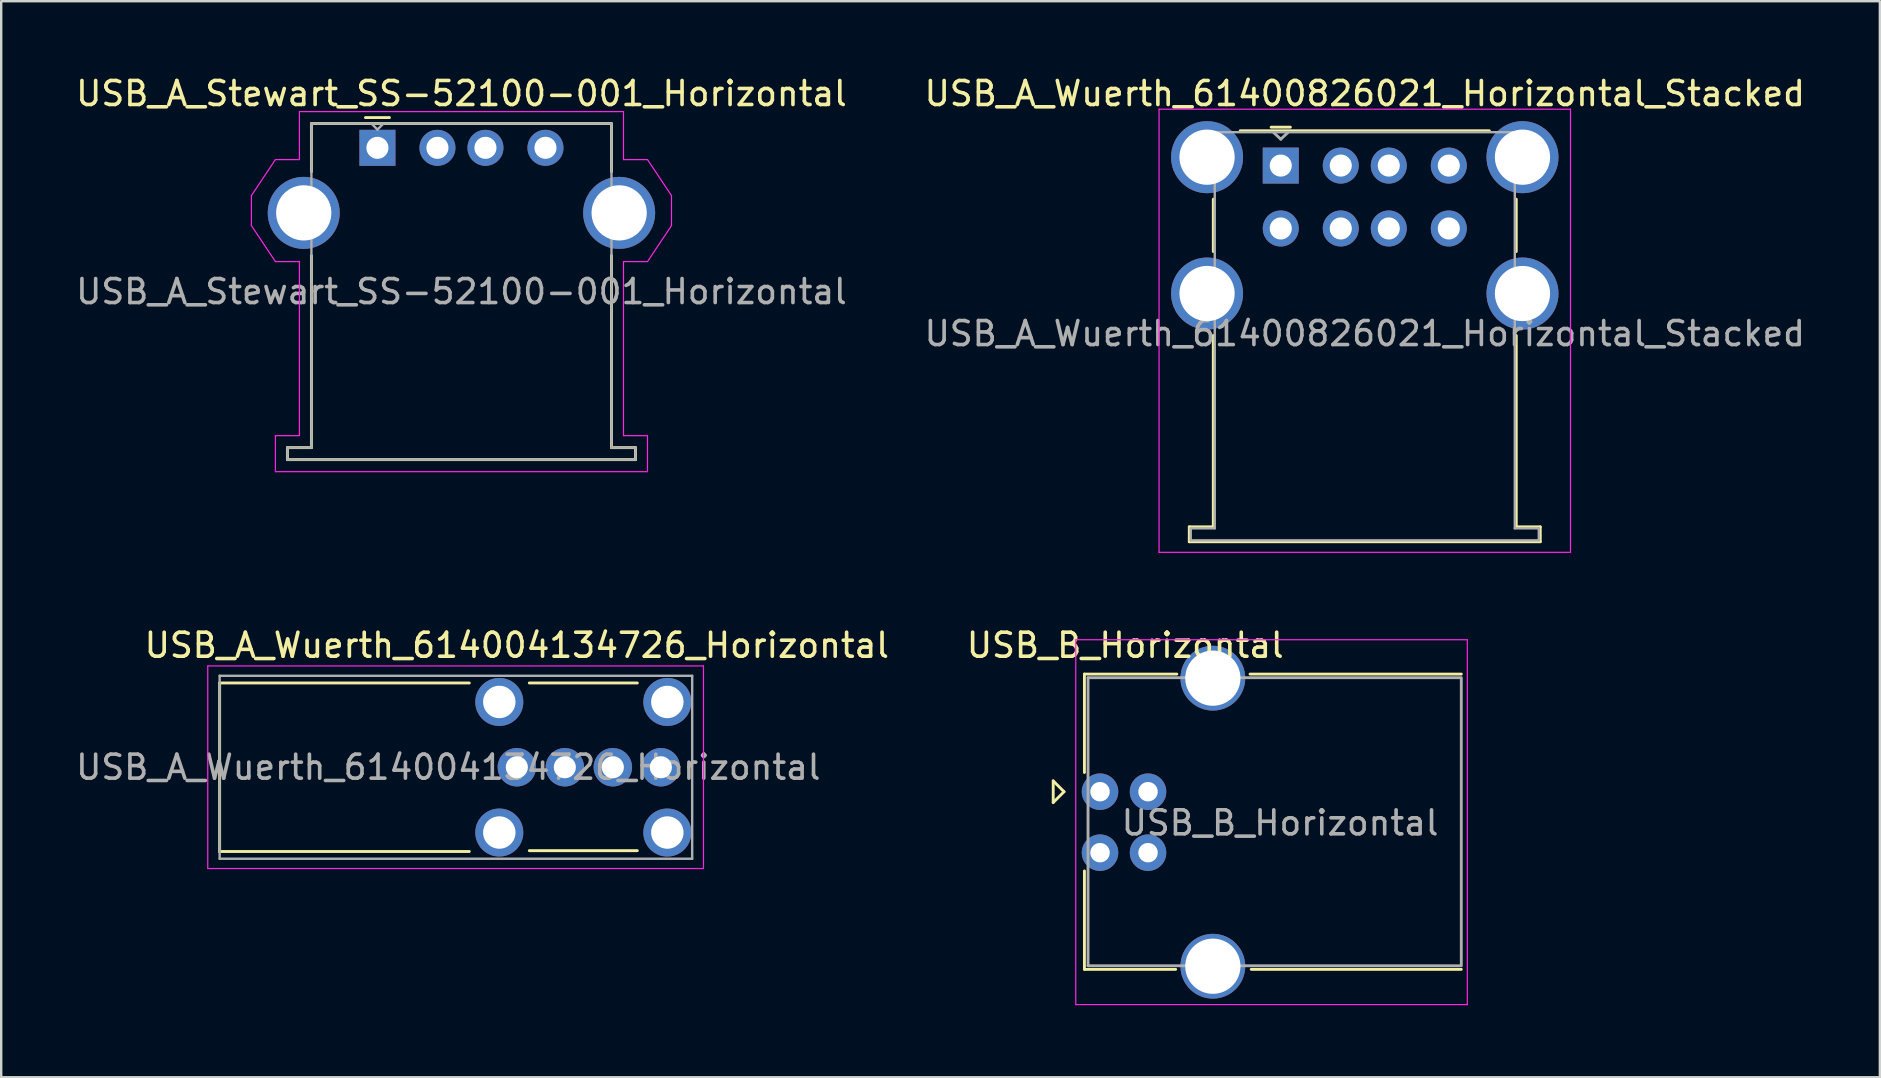
<source format=kicad_pcb>
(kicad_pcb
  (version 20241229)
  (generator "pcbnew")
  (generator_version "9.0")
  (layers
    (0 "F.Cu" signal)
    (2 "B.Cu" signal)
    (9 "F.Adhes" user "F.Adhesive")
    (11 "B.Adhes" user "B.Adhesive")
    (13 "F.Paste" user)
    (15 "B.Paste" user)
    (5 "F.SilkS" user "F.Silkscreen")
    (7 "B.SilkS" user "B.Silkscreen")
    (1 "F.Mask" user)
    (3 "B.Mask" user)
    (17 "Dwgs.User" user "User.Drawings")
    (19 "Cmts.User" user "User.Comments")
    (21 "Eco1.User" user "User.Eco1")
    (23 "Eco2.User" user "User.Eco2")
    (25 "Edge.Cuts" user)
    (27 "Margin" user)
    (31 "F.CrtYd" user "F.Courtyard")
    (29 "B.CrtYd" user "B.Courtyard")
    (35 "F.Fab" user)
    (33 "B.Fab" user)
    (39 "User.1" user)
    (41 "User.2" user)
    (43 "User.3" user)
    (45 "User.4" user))
  (footprint "USB_A_Wuerth_61400826021_Horizontal_Stacked"
    (layer "F.Cu")
    (at 50.304 3.848)
    (property "Reference" "USB_A_Wuerth_61400826021_Horizontal_Stacked" (at 3.5 -3 0) (layer "F.SilkS") (effects (font (size 1 1) (thickness 0.15))))
    (attr through_hole)
    (fp_line (start -3.81 15.05) (end -2.81 15.05) (stroke (width 0.12) (type solid)) (layer "F.SilkS"))
    (fp_line (start -3.81 15.67) (end -3.81 15.05) (stroke (width 0.12) (type solid)) (layer "F.SilkS"))
    (fp_line (start -2.81 3.58) (end -2.81 1.4) (stroke (width 0.12) (type solid)) (layer "F.SilkS"))
    (fp_line (start -2.81 15.05) (end -2.81 7.08) (stroke (width 0.12) (type solid)) (layer "F.SilkS"))
    (fp_line (start -1.69 -1.45) (end 8.69 -1.45) (stroke (width 0.12) (type solid)) (layer "F.SilkS"))
    (fp_line (start 0.4 -1.6) (end -0.4 -1.6) (stroke (width 0.12) (type solid)) (layer "F.SilkS"))
    (fp_line (start 9.81 3.58) (end 9.81 1.4) (stroke (width 0.12) (type solid)) (layer "F.SilkS"))
    (fp_line (start 9.81 7.08) (end 9.81 15.05) (stroke (width 0.12) (type solid)) (layer "F.SilkS"))
    (fp_line (start 9.81 15.05) (end 10.81 15.05) (stroke (width 0.12) (type solid)) (layer "F.SilkS"))
    (fp_line (start 10.81 15.05) (end 10.81 15.67) (stroke (width 0.12) (type solid)) (layer "F.SilkS"))
    (fp_line (start 10.81 15.67) (end -3.81 15.67) (stroke (width 0.12) (type solid)) (layer "F.SilkS"))
    (fp_line (start -5.07 -2.35) (end 12.07 -2.35) (stroke (width 0.05) (type solid)) (layer "F.CrtYd"))
    (fp_line (start -5.07 16.11) (end -5.07 -2.35) (stroke (width 0.05) (type solid)) (layer "F.CrtYd"))
    (fp_line (start -5.07 16.11) (end 12.07 16.11) (stroke (width 0.05) (type solid)) (layer "F.CrtYd"))
    (fp_line (start 12.07 -2.35) (end 12.07 16.11) (stroke (width 0.05) (type solid)) (layer "F.CrtYd"))
    (fp_line (start -3.75 15.11) (end -3.75 15.61) (stroke (width 0.1) (type solid)) (layer "F.Fab"))
    (fp_line (start -2.75 -1.39) (end -2.75 15.11) (stroke (width 0.1) (type solid)) (layer "F.Fab"))
    (fp_line (start -2.75 15.11) (end -3.75 15.11) (stroke (width 0.1) (type solid)) (layer "F.Fab"))
    (fp_line (start 0 -1.1) (end -0.3 -1.38) (stroke (width 0.12) (type solid)) (layer "F.Fab"))
    (fp_line (start 0 -1.1) (end 0.3 -1.38) (stroke (width 0.12) (type solid)) (layer "F.Fab"))
    (fp_line (start 9.75 -1.39) (end -2.75 -1.39) (stroke (width 0.1) (type solid)) (layer "F.Fab"))
    (fp_line (start 9.75 -1.39) (end 9.75 15.11) (stroke (width 0.1) (type solid)) (layer "F.Fab"))
    (fp_line (start 9.75 15.11) (end 10.75 15.11) (stroke (width 0.1) (type solid)) (layer "F.Fab"))
    (fp_line (start 10.75 15.11) (end 10.75 15.61) (stroke (width 0.1) (type solid)) (layer "F.Fab"))
    (fp_line (start 10.75 15.61) (end -3.75 15.61) (stroke (width 0.1) (type solid)) (layer "F.Fab"))
    (fp_text user "${REFERENCE}" (at 3.5 7 0) (layer "F.Fab") (effects (font (size 1 1) (thickness 0.15))))
    (pad "1" thru_hole rect (at 0 0) (size 1.5 1.5) (drill 0.92) (layers "*.Cu" "*.Mask"))
    (pad "2" thru_hole circle (at 2.5 0) (size 1.5 1.5) (drill 0.92) (layers "*.Cu" "*.Mask"))
    (pad "3" thru_hole circle (at 4.5 0) (size 1.5 1.5) (drill 0.92) (layers "*.Cu" "*.Mask"))
    (pad "4" thru_hole circle (at 7 0) (size 1.5 1.5) (drill 0.92) (layers "*.Cu" "*.Mask"))
    (pad "5" thru_hole circle (at 0 2.62) (size 1.5 1.5) (drill 0.92) (layers "*.Cu" "*.Mask"))
    (pad "6" thru_hole circle (at 2.5 2.62) (size 1.5 1.5) (drill 0.92) (layers "*.Cu" "*.Mask"))
    (pad "7" thru_hole circle (at 4.5 2.62) (size 1.5 1.5) (drill 0.92) (layers "*.Cu" "*.Mask"))
    (pad "8" thru_hole circle (at 7 2.62) (size 1.5 1.5) (drill 0.92) (layers "*.Cu" "*.Mask"))
    (pad "9" thru_hole circle (at -3.07 -0.35) (size 3 3) (drill 2.3) (layers "*.Cu" "*.Mask"))
    (pad "9" thru_hole circle (at -3.07 5.33) (size 3 3) (drill 2.3) (layers "*.Cu" "*.Mask"))
    (pad "9" thru_hole circle (at 10.07 -0.35) (size 3 3) (drill 2.3) (layers "*.Cu" "*.Mask"))
    (pad "9" thru_hole circle (at 10.07 5.33) (size 3 3) (drill 2.3) (layers "*.Cu" "*.Mask")))
  (footprint "USB_B_Horizontal"
    (layer "F.Cu")
    (at 42.775 29.931)
    (property "Reference" "USB_B_Horizontal" (at 1.05 -6.1 0) (layer "F.SilkS") (effects (font (size 1 1) (thickness 0.15))))
    (attr through_hole)
    (fp_line (start -1.95 -0.45) (end -1.95 0.45) (stroke (width 0.12) (type solid)) (layer "F.SilkS"))
    (fp_line (start -1.95 0.45) (end -1.5 0) (stroke (width 0.12) (type solid)) (layer "F.SilkS"))
    (fp_line (start -1.5 0) (end -1.95 -0.45) (stroke (width 0.12) (type solid)) (layer "F.SilkS"))
    (fp_line (start -0.65 -4.9) (end 3.2 -4.9) (stroke (width 0.12) (type solid)) (layer "F.SilkS"))
    (fp_line (start -0.65 -0.8) (end -0.65 -4.9) (stroke (width 0.12) (type solid)) (layer "F.SilkS"))
    (fp_line (start -0.65 3.3) (end -0.65 7.4) (stroke (width 0.12) (type solid)) (layer "F.SilkS"))
    (fp_line (start -0.65 7.4) (end 3.15 7.4) (stroke (width 0.12) (type solid)) (layer "F.SilkS"))
    (fp_line (start 6.25 -4.9) (end 15.05 -4.9) (stroke (width 0.12) (type solid)) (layer "F.SilkS"))
    (fp_line (start 6.3 7.4) (end 15.05 7.4) (stroke (width 0.12) (type solid)) (layer "F.SilkS"))
    (fp_line (start -1.01 -6.33) (end -1.01 8.87) (stroke (width 0.05) (type solid)) (layer "F.CrtYd"))
    (fp_line (start -1.01 -6.33) (end 15.3 -6.33) (stroke (width 0.05) (type solid)) (layer "F.CrtYd"))
    (fp_line (start 15.3 8.87) (end -1.01 8.87) (stroke (width 0.05) (type solid)) (layer "F.CrtYd"))
    (fp_line (start 15.3 8.87) (end 15.3 -6.33) (stroke (width 0.05) (type solid)) (layer "F.CrtYd"))
    (fp_line (start -0.5 -4.75) (end -0.5 7.25) (stroke (width 0.12) (type solid)) (layer "F.Fab"))
    (fp_line (start 15 -4.75) (end -0.5 -4.75) (stroke (width 0.12) (type solid)) (layer "F.Fab"))
    (fp_line (start 15 7.25) (end -0.5 7.25) (stroke (width 0.12) (type solid)) (layer "F.Fab"))
    (fp_line (start 15.05 -4.75) (end 15.05 7.25) (stroke (width 0.12) (type solid)) (layer "F.Fab"))
    (fp_text user "${REFERENCE}" (at 7.5 1.3 0) (layer "F.Fab") (effects (font (size 1 1) (thickness 0.15))))
    (pad "1" thru_hole circle (at 0 0 270) (size 1.52 1.52) (drill 0.81) (layers "*.Cu" "*.Mask"))
    (pad "2" thru_hole circle (at 0 2.54 270) (size 1.52 1.52) (drill 0.81) (layers "*.Cu" "*.Mask"))
    (pad "3" thru_hole circle (at 2 2.54 270) (size 1.52 1.52) (drill 0.81) (layers "*.Cu" "*.Mask"))
    (pad "4" thru_hole circle (at 2 0 270) (size 1.52 1.52) (drill 0.81) (layers "*.Cu" "*.Mask"))
    (pad "5" thru_hole circle (at 4.7 -4.73 270) (size 2.7 2.7) (drill 2.3) (layers "*.Cu" "*.Mask"))
    (pad "5" thru_hole circle (at 4.7 7.27 270) (size 2.7 2.7) (drill 2.3) (layers "*.Cu" "*.Mask")))
  (footprint "USB_A_Stewart_SS-52100-001_Horizontal"
    (layer "F.Cu")
    (at 12.673 3.108)
    (property "Reference" "USB_A_Stewart_SS-52100-001_Horizontal" (at 3.5 -2.26 0) (layer "F.SilkS") (effects (font (size 1 1) (thickness 0.15))))
    (attr through_hole)
    (fp_line (start -3.75 12.49) (end -3.75 12.99) (stroke (width 0.12) (type solid)) (layer "F.SilkS"))
    (fp_line (start -3.75 12.99) (end 10.75 12.99) (stroke (width 0.12) (type solid)) (layer "F.SilkS"))
    (fp_line (start -2.75 -1.01) (end -2.75 0.99) (stroke (width 0.12) (type solid)) (layer "F.SilkS"))
    (fp_line (start -2.75 4.49) (end -2.75 12.49) (stroke (width 0.12) (type solid)) (layer "F.SilkS"))
    (fp_line (start -2.75 12.49) (end -3.75 12.49) (stroke (width 0.12) (type solid)) (layer "F.SilkS"))
    (fp_line (start -0.5 -1.26) (end 0.5 -1.26) (stroke (width 0.12) (type solid)) (layer "F.SilkS"))
    (fp_line (start 9.75 -1.01) (end -2.75 -1.01) (stroke (width 0.12) (type solid)) (layer "F.SilkS"))
    (fp_line (start 9.75 0.99) (end 9.75 -1.01) (stroke (width 0.12) (type solid)) (layer "F.SilkS"))
    (fp_line (start 9.75 12.49) (end 9.75 4.49) (stroke (width 0.12) (type solid)) (layer "F.SilkS"))
    (fp_line (start 10.75 12.49) (end 9.75 12.49) (stroke (width 0.12) (type solid)) (layer "F.SilkS"))
    (fp_line (start 10.75 12.99) (end 10.75 12.49) (stroke (width 0.12) (type solid)) (layer "F.SilkS"))
    (fp_line (start -5.25 3.24) (end -5.25 1.99) (stroke (width 0.05) (type solid)) (layer "F.CrtYd"))
    (fp_line (start -5.25 3.24) (end -4.25 4.74) (stroke (width 0.05) (type solid)) (layer "F.CrtYd"))
    (fp_line (start -4.25 0.49) (end -5.25 1.99) (stroke (width 0.05) (type solid)) (layer "F.CrtYd"))
    (fp_line (start -4.25 11.99) (end -4.25 13.49) (stroke (width 0.05) (type solid)) (layer "F.CrtYd"))
    (fp_line (start -4.25 13.49) (end 11.25 13.49) (stroke (width 0.05) (type solid)) (layer "F.CrtYd"))
    (fp_line (start -3.25 0.49) (end -4.25 0.49) (stroke (width 0.05) (type solid)) (layer "F.CrtYd"))
    (fp_line (start -3.25 0.49) (end -3.25 -1.51) (stroke (width 0.05) (type solid)) (layer "F.CrtYd"))
    (fp_line (start -3.25 4.74) (end -4.25 4.74) (stroke (width 0.05) (type solid)) (layer "F.CrtYd"))
    (fp_line (start -3.25 4.74) (end -3.25 11.99) (stroke (width 0.05) (type solid)) (layer "F.CrtYd"))
    (fp_line (start -3.25 11.99) (end -4.25 11.99) (stroke (width 0.05) (type solid)) (layer "F.CrtYd"))
    (fp_line (start 10.25 -1.51) (end -3.25 -1.51) (stroke (width 0.05) (type solid)) (layer "F.CrtYd"))
    (fp_line (start 10.25 0.49) (end 10.25 -1.51) (stroke (width 0.05) (type solid)) (layer "F.CrtYd"))
    (fp_line (start 10.25 0.49) (end 11.25 0.49) (stroke (width 0.05) (type solid)) (layer "F.CrtYd"))
    (fp_line (start 10.25 4.74) (end 11.25 4.74) (stroke (width 0.05) (type solid)) (layer "F.CrtYd"))
    (fp_line (start 10.25 11.99) (end 10.25 4.74) (stroke (width 0.05) (type solid)) (layer "F.CrtYd"))
    (fp_line (start 11.25 4.74) (end 12.25 3.24) (stroke (width 0.05) (type solid)) (layer "F.CrtYd"))
    (fp_line (start 11.25 11.99) (end 10.25 11.99) (stroke (width 0.05) (type solid)) (layer "F.CrtYd"))
    (fp_line (start 11.25 13.49) (end 11.25 11.99) (stroke (width 0.05) (type solid)) (layer "F.CrtYd"))
    (fp_line (start 12.25 1.99) (end 11.25 0.49) (stroke (width 0.05) (type solid)) (layer "F.CrtYd"))
    (fp_line (start 12.25 1.99) (end 12.25 3.24) (stroke (width 0.05) (type solid)) (layer "F.CrtYd"))
    (fp_line (start -3.75 12.49) (end -2.75 12.49) (stroke (width 0.1) (type solid)) (layer "F.Fab"))
    (fp_line (start -3.75 12.99) (end -3.75 12.49) (stroke (width 0.1) (type solid)) (layer "F.Fab"))
    (fp_line (start -3.75 12.99) (end 10.75 12.99) (stroke (width 0.1) (type solid)) (layer "F.Fab"))
    (fp_line (start -2.75 -1.01) (end 9.75 -1.01) (stroke (width 0.1) (type solid)) (layer "F.Fab"))
    (fp_line (start -2.75 12.49) (end -2.75 -1.01) (stroke (width 0.1) (type solid)) (layer "F.Fab"))
    (fp_line (start -0.25 -1.01) (end 0 -0.76) (stroke (width 0.1) (type solid)) (layer "F.Fab"))
    (fp_line (start 0 -0.76) (end 0.25 -1.01) (stroke (width 0.1) (type solid)) (layer "F.Fab"))
    (fp_line (start 9.75 12.49) (end 9.75 -1.01) (stroke (width 0.1) (type solid)) (layer "F.Fab"))
    (fp_line (start 9.75 12.49) (end 10.75 12.49) (stroke (width 0.1) (type solid)) (layer "F.Fab"))
    (fp_line (start 10.75 12.49) (end 10.75 12.99) (stroke (width 0.1) (type solid)) (layer "F.Fab"))
    (fp_text user "${REFERENCE}" (at 3.5 5.99 0) (layer "F.Fab") (effects (font (size 1 1) (thickness 0.15))))
    (pad "1" thru_hole rect (at 0 0) (size 1.5 1.5) (drill 0.92) (layers "*.Cu" "*.Mask"))
    (pad "2" thru_hole circle (at 2.5 0) (size 1.5 1.5) (drill 0.92) (layers "*.Cu" "*.Mask"))
    (pad "3" thru_hole circle (at 4.5 0) (size 1.5 1.5) (drill 0.92) (layers "*.Cu" "*.Mask"))
    (pad "4" thru_hole circle (at 7 0) (size 1.5 1.5) (drill 0.92) (layers "*.Cu" "*.Mask"))
    (pad "5" thru_hole circle (at -3.07 2.71) (size 3 3) (drill 2.3) (layers "*.Cu" "*.Mask"))
    (pad "5" thru_hole circle (at 10.07 2.71) (size 3 3) (drill 2.3) (layers "*.Cu" "*.Mask")))
  (footprint "USB_A_Wuerth_614004134726_Horizontal"
    (layer "F.Cu")
    (at 18.48 28.912)
    (property "Reference" "USB_A_Wuerth_614004134726_Horizontal" (at 0 -5.08 0) (layer "F.SilkS") (effects (font (size 1 1) (thickness 0.15))))
    (attr through_hole)
    (fp_line (start -12.38 -3.51) (end -12.38 3.51) (stroke (width 0.12) (type solid)) (layer "F.SilkS"))
    (fp_line (start -12.38 -3.51) (end -1.98 -3.51) (stroke (width 0.12) (type solid)) (layer "F.SilkS"))
    (fp_line (start -12.38 3.51) (end -1.98 3.51) (stroke (width 0.12) (type solid)) (layer "F.SilkS"))
    (fp_line (start 0.52 -3.51) (end 5.02 -3.51) (stroke (width 0.12) (type solid)) (layer "F.SilkS"))
    (fp_line (start 0.52 3.475) (end 5.02 3.475) (stroke (width 0.12) (type solid)) (layer "F.SilkS"))
    (fp_line (start -12.875 -4.22) (end 7.775 -4.22) (stroke (width 0.05) (type solid)) (layer "F.CrtYd"))
    (fp_line (start -12.875 4.22) (end -12.875 -4.22) (stroke (width 0.05) (type solid)) (layer "F.CrtYd"))
    (fp_line (start 7.775 -4.22) (end 7.775 4.22) (stroke (width 0.05) (type solid)) (layer "F.CrtYd"))
    (fp_line (start 7.775 4.22) (end -12.875 4.22) (stroke (width 0.05) (type solid)) (layer "F.CrtYd"))
    (fp_line (start -12.38 -3.81) (end 7.305 -3.81) (stroke (width 0.1) (type solid)) (layer "F.Fab"))
    (fp_line (start -12.38 3.81) (end -12.38 -3.81) (stroke (width 0.1) (type solid)) (layer "F.Fab"))
    (fp_line (start 7.305 -3.81) (end 7.305 3.81) (stroke (width 0.1) (type solid)) (layer "F.Fab"))
    (fp_line (start 7.305 3.81) (end -12.38 3.81) (stroke (width 0.1) (type solid)) (layer "F.Fab"))
    (fp_text user "${REFERENCE}" (at -2.855 0 0) (layer "F.Fab") (effects (font (size 1 1) (thickness 0.15))))
    (pad "1" thru_hole circle (at 0 0) (size 1.6 1.6) (drill 0.92) (layers "*.Cu" "*.Mask"))
    (pad "2" thru_hole circle (at 2 0) (size 1.6 1.6) (drill 0.92) (layers "*.Cu" "*.Mask"))
    (pad "3" thru_hole circle (at 4 0) (size 1.6 1.6) (drill 0.92) (layers "*.Cu" "*.Mask"))
    (pad "4" thru_hole circle (at 6 0) (size 1.6 1.6) (drill 0.92) (layers "*.Cu" "*.Mask"))
    (pad "5" thru_hole circle (at -0.73 -2.72) (size 2 2) (drill 1.35) (layers "*.Cu" "*.Mask"))
    (pad "5" thru_hole circle (at -0.73 2.72) (size 2 2) (drill 1.35) (layers "*.Cu" "*.Mask"))
    (pad "5" thru_hole circle (at 6.27 -2.72) (size 2 2) (drill 1.35) (layers "*.Cu" "*.Mask"))
    (pad "5" thru_hole circle (at 6.27 2.72) (size 2 2) (drill 1.35) (layers "*.Cu" "*.Mask")))
  (gr_rect
    (start -3 -3)
    (end 75.262 41.827)
    (stroke (width 0.1) (type default))
    (fill no)
    (layer "Edge.Cuts")))
</source>
